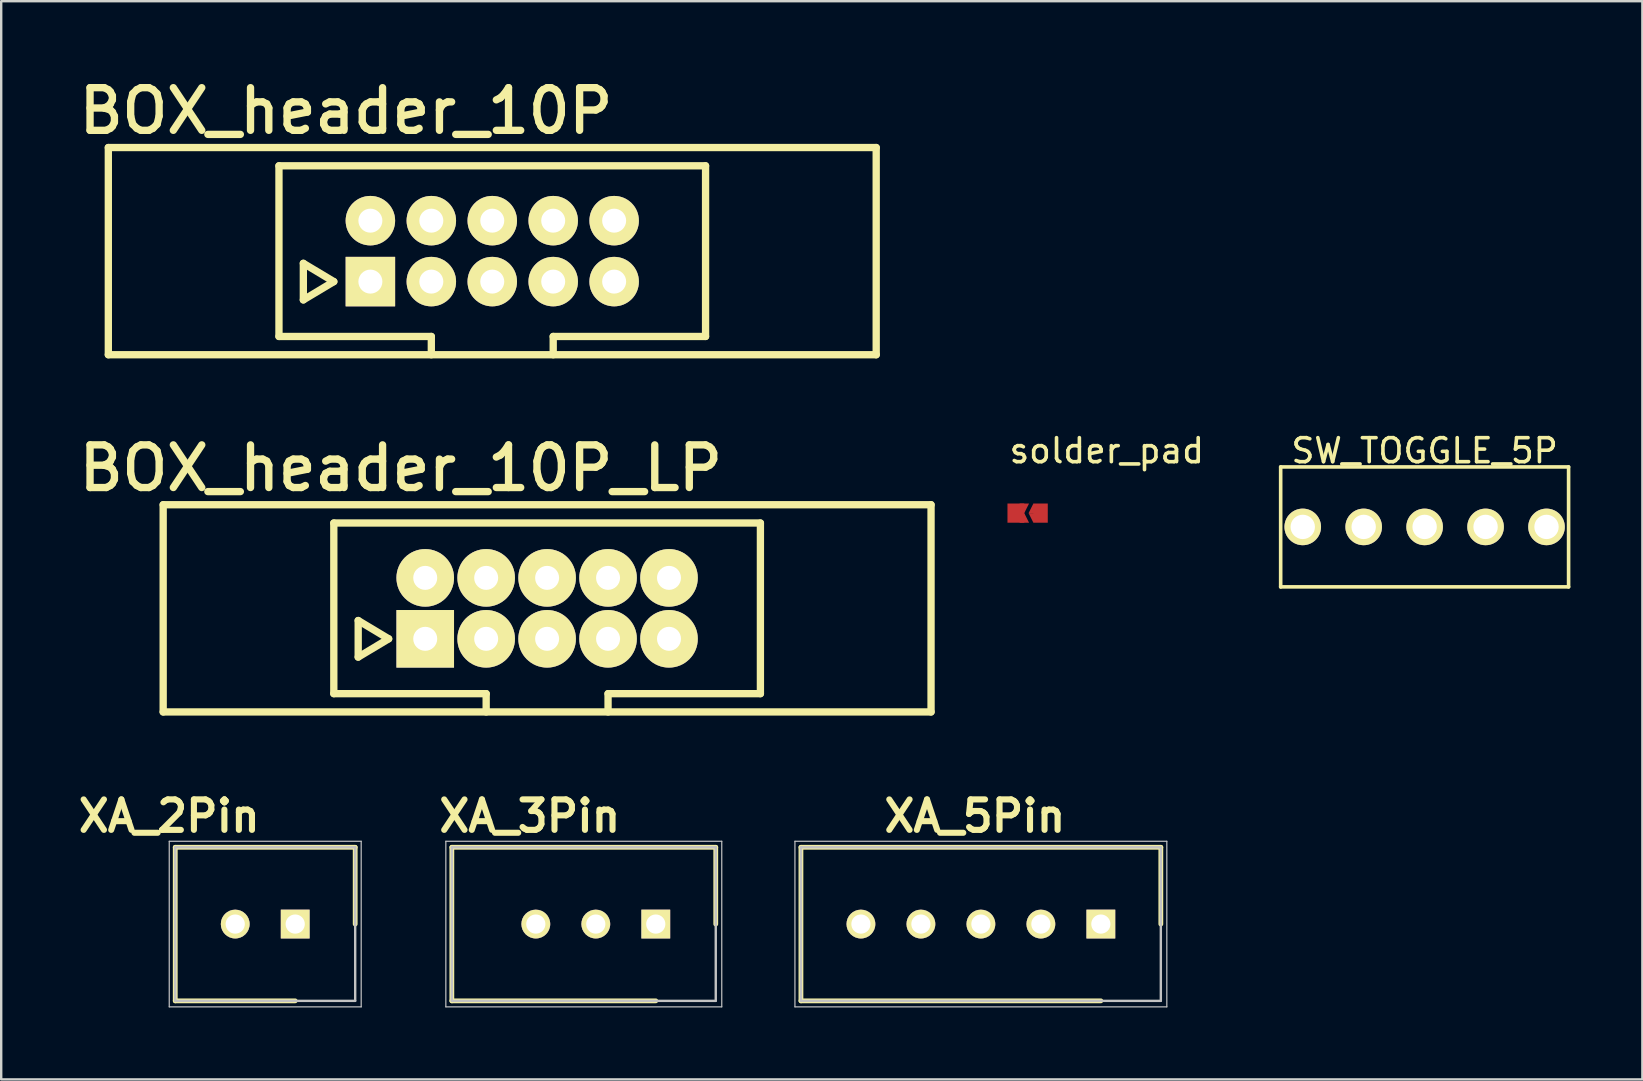
<source format=kicad_pcb>
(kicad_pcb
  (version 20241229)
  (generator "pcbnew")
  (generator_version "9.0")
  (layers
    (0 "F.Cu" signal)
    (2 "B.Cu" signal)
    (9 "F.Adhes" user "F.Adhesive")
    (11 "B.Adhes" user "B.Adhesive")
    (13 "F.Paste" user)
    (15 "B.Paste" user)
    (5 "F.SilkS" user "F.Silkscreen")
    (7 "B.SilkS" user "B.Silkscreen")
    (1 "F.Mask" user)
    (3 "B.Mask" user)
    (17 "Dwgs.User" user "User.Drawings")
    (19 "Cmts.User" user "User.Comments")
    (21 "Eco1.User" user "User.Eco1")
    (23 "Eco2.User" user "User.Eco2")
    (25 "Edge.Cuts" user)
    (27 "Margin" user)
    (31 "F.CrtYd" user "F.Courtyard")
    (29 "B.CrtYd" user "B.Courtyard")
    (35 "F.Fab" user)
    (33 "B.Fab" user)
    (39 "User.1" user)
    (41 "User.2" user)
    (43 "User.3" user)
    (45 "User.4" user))
  (footprint "XA_2Pin"
    (layer "F.Cu")
    (at 9.254 35.464)
    (property "Reference" "XA_2Pin" (at -5.25 -4.5 0) (layer "F.SilkS") (effects (font (size 1.27 1.27) (thickness 0.254))))
    (attr through_hole)
    (fp_line (start -5 -3.2) (end 2.5 -3.2) (stroke (width 0.2) (type solid)) (layer "F.SilkS"))
    (fp_line (start -5 3.2) (end -5 -3.2) (stroke (width 0.2) (type solid)) (layer "F.SilkS"))
    (fp_line (start 0 3.2) (end -5 3.2) (stroke (width 0.2) (type solid)) (layer "F.SilkS"))
    (fp_line (start 2.5 -3.2) (end 2.5 0) (stroke (width 0.2) (type solid)) (layer "F.SilkS"))
    (fp_line (start -5.25 -3.45) (end 2.75 -3.45) (stroke (width 0.05) (type solid)) (layer "Dwgs.User"))
    (fp_line (start -5.25 3.45) (end -5.25 -3.45) (stroke (width 0.05) (type solid)) (layer "Dwgs.User"))
    (fp_line (start -5 -3.2) (end 2.5 -3.2) (stroke (width 0.1) (type solid)) (layer "Dwgs.User"))
    (fp_line (start -5 3.2) (end -5 -3.2) (stroke (width 0.1) (type solid)) (layer "Dwgs.User"))
    (fp_line (start 2.5 -3.2) (end 2.5 3.2) (stroke (width 0.1) (type solid)) (layer "Dwgs.User"))
    (fp_line (start 2.5 3.2) (end -5 3.2) (stroke (width 0.1) (type solid)) (layer "Dwgs.User"))
    (fp_line (start 2.75 -3.45) (end 2.75 3.45) (stroke (width 0.05) (type solid)) (layer "Dwgs.User"))
    (fp_line (start 2.75 3.45) (end -5.25 3.45) (stroke (width 0.05) (type solid)) (layer "Dwgs.User"))
    (pad "1" thru_hole rect (at 0 0 90) (size 1.2 1.2) (drill 0.8) (layers "*.Cu" "*.Mask" "F.SilkS"))
    (pad "2" thru_hole circle (at -2.5 0 90) (size 1.2 1.2) (drill 0.8) (layers "*.Cu" "*.Mask" "F.SilkS")))
  (footprint "XA_3Pin"
    (layer "F.Cu")
    (at 24.282 35.464)
    (property "Reference" "XA_3Pin" (at -5.25 -4.5 0) (layer "F.SilkS") (effects (font (size 1.27 1.27) (thickness 0.254))))
    (attr through_hole)
    (fp_line (start -8.5 -3.2) (end 2.5 -3.2) (stroke (width 0.2) (type solid)) (layer "F.SilkS"))
    (fp_line (start -8.5 3.2) (end -8.5 -3.2) (stroke (width 0.2) (type solid)) (layer "F.SilkS"))
    (fp_line (start 0 3.2) (end -8.5 3.2) (stroke (width 0.2) (type solid)) (layer "F.SilkS"))
    (fp_line (start 2.5 -3.2) (end 2.5 0) (stroke (width 0.2) (type solid)) (layer "F.SilkS"))
    (fp_line (start -8.75 -3.45) (end 2.75 -3.45) (stroke (width 0.05) (type solid)) (layer "Dwgs.User"))
    (fp_line (start -8.75 3.45) (end -8.75 -3.45) (stroke (width 0.05) (type solid)) (layer "Dwgs.User"))
    (fp_line (start -8.5 -3.2) (end 2.5 -3.2) (stroke (width 0.1) (type solid)) (layer "Dwgs.User"))
    (fp_line (start -8.5 3.2) (end -8.5 -3.2) (stroke (width 0.1) (type solid)) (layer "Dwgs.User"))
    (fp_line (start 2.5 -3.2) (end 2.5 3.2) (stroke (width 0.1) (type solid)) (layer "Dwgs.User"))
    (fp_line (start 2.5 3.2) (end -8.5 3.2) (stroke (width 0.1) (type solid)) (layer "Dwgs.User"))
    (fp_line (start 2.75 -3.45) (end 2.75 3.45) (stroke (width 0.05) (type solid)) (layer "Dwgs.User"))
    (fp_line (start 2.75 3.45) (end -8.75 3.45) (stroke (width 0.05) (type solid)) (layer "Dwgs.User"))
    (pad "1" thru_hole rect (at 0 0 90) (size 1.2 1.2) (drill 0.8) (layers "*.Cu" "*.Mask" "F.SilkS"))
    (pad "2" thru_hole circle (at -2.5 0 90) (size 1.2 1.2) (drill 0.8) (layers "*.Cu" "*.Mask" "F.SilkS"))
    (pad "3" thru_hole circle (at -5 0 90) (size 1.2 1.2) (drill 0.8) (layers "*.Cu" "*.Mask" "F.SilkS")))
  (footprint "BOX_header_10P"
    (layer "F.Cu")
    (at 17.467 7.417)
    (property "Reference" "BOX_header_10P" (at -6.096 -5.842 0) (layer "F.SilkS") (effects (font (size 1.778 1.778) (thickness 0.305))))
    (attr through_hole)
    (fp_line (start -16.002 -4.318) (end 16.002 -4.318) (stroke (width 0.305) (type solid)) (layer "F.SilkS"))
    (fp_line (start -16.002 4.318) (end -16.002 -4.318) (stroke (width 0.305) (type solid)) (layer "F.SilkS"))
    (fp_line (start -8.89 -3.556) (end 8.89 -3.556) (stroke (width 0.305) (type solid)) (layer "F.SilkS"))
    (fp_line (start -8.89 3.556) (end -8.89 -3.556) (stroke (width 0.305) (type solid)) (layer "F.SilkS"))
    (fp_line (start -7.874 0.508) (end -7.874 2.032) (stroke (width 0.305) (type solid)) (layer "F.SilkS"))
    (fp_line (start -7.874 2.032) (end -6.604 1.27) (stroke (width 0.305) (type solid)) (layer "F.SilkS"))
    (fp_line (start -6.604 1.27) (end -7.874 0.508) (stroke (width 0.305) (type solid)) (layer "F.SilkS"))
    (fp_line (start -2.54 3.556) (end -8.89 3.556) (stroke (width 0.305) (type solid)) (layer "F.SilkS"))
    (fp_line (start -2.54 4.318) (end -2.54 3.556) (stroke (width 0.305) (type solid)) (layer "F.SilkS"))
    (fp_line (start 2.54 3.556) (end 2.54 4.318) (stroke (width 0.305) (type solid)) (layer "F.SilkS"))
    (fp_line (start 8.89 3.556) (end 2.54 3.556) (stroke (width 0.305) (type solid)) (layer "F.SilkS"))
    (fp_line (start 8.89 3.556) (end 8.89 -3.556) (stroke (width 0.305) (type solid)) (layer "F.SilkS"))
    (fp_line (start 16.002 -4.318) (end 16.002 4.318) (stroke (width 0.305) (type solid)) (layer "F.SilkS"))
    (fp_line (start 16.002 4.318) (end -16.002 4.318) (stroke (width 0.305) (type solid)) (layer "F.SilkS"))
    (pad "1" thru_hole rect (at -5.08 1.27) (size 2.062 2.062) (drill 1) (layers "*.Cu" "*.Mask" "F.SilkS"))
    (pad "2" thru_hole circle (at -5.08 -1.27) (size 2.062 2.062) (drill 1) (layers "*.Cu" "*.Mask" "F.SilkS"))
    (pad "3" thru_hole circle (at -2.54 1.27) (size 2.062 2.062) (drill 1) (layers "*.Cu" "*.Mask" "F.SilkS"))
    (pad "4" thru_hole circle (at -2.54 -1.27) (size 2.062 2.062) (drill 1) (layers "*.Cu" "*.Mask" "F.SilkS"))
    (pad "5" thru_hole circle (at 0 1.27) (size 2.062 2.062) (drill 1) (layers "*.Cu" "*.Mask" "F.SilkS"))
    (pad "6" thru_hole circle (at 0 -1.27) (size 2.062 2.062) (drill 1) (layers "*.Cu" "*.Mask" "F.SilkS"))
    (pad "7" thru_hole circle (at 2.54 1.27) (size 2.062 2.062) (drill 1) (layers "*.Cu" "*.Mask" "F.SilkS"))
    (pad "8" thru_hole circle (at 2.54 -1.27) (size 2.062 2.062) (drill 1) (layers "*.Cu" "*.Mask" "F.SilkS"))
    (pad "9" thru_hole circle (at 5.08 1.27) (size 2.062 2.062) (drill 1) (layers "*.Cu" "*.Mask" "F.SilkS"))
    (pad "10" thru_hole circle (at 5.08 -1.27) (size 2.062 2.062) (drill 1) (layers "*.Cu" "*.Mask" "F.SilkS")))
  (footprint "BOX_header_10P_LP"
    (layer "F.Cu")
    (at 19.753 22.305)
    (property "Reference" "BOX_header_10P_LP" (at -6.096 -5.842 0) (layer "F.SilkS") (effects (font (size 1.778 1.778) (thickness 0.305))))
    (attr through_hole)
    (fp_line (start -16.002 -4.318) (end 16.002 -4.318) (stroke (width 0.305) (type solid)) (layer "F.SilkS"))
    (fp_line (start -16.002 4.318) (end -16.002 -4.318) (stroke (width 0.305) (type solid)) (layer "F.SilkS"))
    (fp_line (start -8.89 -3.556) (end 8.89 -3.556) (stroke (width 0.305) (type solid)) (layer "F.SilkS"))
    (fp_line (start -8.89 3.556) (end -8.89 -3.556) (stroke (width 0.305) (type solid)) (layer "F.SilkS"))
    (fp_line (start -7.874 0.508) (end -7.874 2.032) (stroke (width 0.305) (type solid)) (layer "F.SilkS"))
    (fp_line (start -7.874 2.032) (end -6.604 1.27) (stroke (width 0.305) (type solid)) (layer "F.SilkS"))
    (fp_line (start -6.604 1.27) (end -7.874 0.508) (stroke (width 0.305) (type solid)) (layer "F.SilkS"))
    (fp_line (start -2.54 3.556) (end -8.89 3.556) (stroke (width 0.305) (type solid)) (layer "F.SilkS"))
    (fp_line (start -2.54 4.318) (end -2.54 3.556) (stroke (width 0.305) (type solid)) (layer "F.SilkS"))
    (fp_line (start 2.54 3.556) (end 2.54 4.318) (stroke (width 0.305) (type solid)) (layer "F.SilkS"))
    (fp_line (start 8.89 3.556) (end 2.54 3.556) (stroke (width 0.305) (type solid)) (layer "F.SilkS"))
    (fp_line (start 8.89 3.556) (end 8.89 -3.556) (stroke (width 0.305) (type solid)) (layer "F.SilkS"))
    (fp_line (start 16.002 -4.318) (end 16.002 4.318) (stroke (width 0.305) (type solid)) (layer "F.SilkS"))
    (fp_line (start 16.002 4.318) (end -16.002 4.318) (stroke (width 0.305) (type solid)) (layer "F.SilkS"))
    (pad "1" thru_hole rect (at -5.08 1.27) (size 2.4 2.4) (drill 1) (layers "*.Cu" "*.Mask" "F.SilkS"))
    (pad "2" thru_hole circle (at -5.08 -1.27) (size 2.4 2.4) (drill 1) (layers "*.Cu" "*.Mask" "F.SilkS"))
    (pad "3" thru_hole circle (at -2.54 1.27) (size 2.4 2.4) (drill 1) (layers "*.Cu" "*.Mask" "F.SilkS"))
    (pad "4" thru_hole circle (at -2.54 -1.27) (size 2.4 2.4) (drill 1) (layers "*.Cu" "*.Mask" "F.SilkS"))
    (pad "5" thru_hole circle (at 0 1.27) (size 2.4 2.4) (drill 1) (layers "*.Cu" "*.Mask" "F.SilkS"))
    (pad "6" thru_hole circle (at 0 -1.27) (size 2.4 2.4) (drill 1) (layers "*.Cu" "*.Mask" "F.SilkS"))
    (pad "7" thru_hole circle (at 2.54 1.27) (size 2.4 2.4) (drill 1) (layers "*.Cu" "*.Mask" "F.SilkS"))
    (pad "8" thru_hole circle (at 2.54 -1.27) (size 2.4 2.4) (drill 1) (layers "*.Cu" "*.Mask" "F.SilkS"))
    (pad "9" thru_hole circle (at 5.08 1.27) (size 2.4 2.4) (drill 1) (layers "*.Cu" "*.Mask" "F.SilkS"))
    (pad "10" thru_hole circle (at 5.08 -1.27) (size 2.4 2.4) (drill 1) (layers "*.Cu" "*.Mask" "F.SilkS")))
  (footprint "SW_TOGGLE_5P"
    (layer "F.Cu")
    (at 56.327 18.911)
    (property "Reference" "SW_TOGGLE_5P" (at 0 -3.175 0) (layer "F.SilkS") (effects (font (size 1 1) (thickness 0.15))))
    (attr through_hole)
    (fp_line (start -6 -2.5) (end 6 -2.5) (stroke (width 0.15) (type solid)) (layer "F.SilkS"))
    (fp_line (start -6 2.5) (end -6 -2.5) (stroke (width 0.15) (type solid)) (layer "F.SilkS"))
    (fp_line (start 6 -2.5) (end 6 2.5) (stroke (width 0.15) (type solid)) (layer "F.SilkS"))
    (fp_line (start 6 2.5) (end -6 2.5) (stroke (width 0.15) (type solid)) (layer "F.SilkS"))
    (pad "1" thru_hole circle (at -5.08 0) (size 1.524 1.524) (drill 1.016) (layers "*.Cu" "*.Mask" "F.SilkS"))
    (pad "2" thru_hole circle (at -2.54 0) (size 1.524 1.524) (drill 1.016) (layers "*.Cu" "*.Mask" "F.SilkS"))
    (pad "3" thru_hole circle (at 0 0) (size 1.524 1.524) (drill 1.016) (layers "*.Cu" "*.Mask" "F.SilkS"))
    (pad "4" thru_hole circle (at 2.54 0) (size 1.524 1.524) (drill 1.016) (layers "*.Cu" "*.Mask" "F.SilkS"))
    (pad "5" thru_hole circle (at 5.08 0) (size 1.524 1.524) (drill 1.016) (layers "*.Cu" "*.Mask" "F.SilkS")))
  (footprint "solder_pad"
    (layer "F.Cu")
    (at 39.78 18.336)
    (property "Reference" "solder_pad" (at 3.3 -2.6 0) (layer "F.SilkS") (effects (font (size 1 1) (thickness 0.15))))
    (attr through_hole)
    (pad "1" smd rect (at -0.49 0 180) (size 0.7 0.8) (layers "F.Cu" "F.Mask" "F.Paste"))
    (pad "1" smd trapezoid (at -0.14 -0.2) (size 0.2 0.4) (rect_delta 0 -0.2) (layers "F.Cu" "F.Mask" "F.Paste"))
    (pad "1" smd trapezoid (at -0.14 0.2 180) (size 0.2 0.4) (rect_delta 0 -0.2) (layers "F.Cu" "F.Mask" "F.Paste"))
    (pad "2" smd trapezoid (at 0.24 -0.2 180) (size 0.2 0.4) (rect_delta 0 -0.2) (layers "F.Cu" "F.Mask" "F.Paste"))
    (pad "2" smd trapezoid (at 0.24 0.2) (size 0.2 0.4) (rect_delta 0 -0.2) (layers "F.Cu" "F.Mask" "F.Paste"))
    (pad "2" smd rect (at 0.54 0) (size 0.6 0.8) (layers "F.Cu" "F.Mask" "F.Paste")))
  (footprint "XA_5Pin"
    (layer "F.Cu")
    (at 42.832 35.464)
    (property "Reference" "XA_5Pin" (at -5.25 -4.5 0) (layer "F.SilkS") (effects (font (size 1.27 1.27) (thickness 0.254))))
    (attr through_hole)
    (fp_line (start -12.5 -3.2) (end 2.5 -3.2) (stroke (width 0.2) (type solid)) (layer "F.SilkS"))
    (fp_line (start -12.5 3.2) (end -12.5 -3.2) (stroke (width 0.2) (type solid)) (layer "F.SilkS"))
    (fp_line (start 0 3.2) (end -12.5 3.2) (stroke (width 0.2) (type solid)) (layer "F.SilkS"))
    (fp_line (start 2.5 -3.2) (end 2.5 0) (stroke (width 0.2) (type solid)) (layer "F.SilkS"))
    (fp_line (start -12.75 -3.45) (end 2.75 -3.45) (stroke (width 0.05) (type solid)) (layer "Dwgs.User"))
    (fp_line (start -12.75 3.45) (end -12.75 -3.45) (stroke (width 0.05) (type solid)) (layer "Dwgs.User"))
    (fp_line (start -12.5 -3.2) (end 2.5 -3.2) (stroke (width 0.1) (type solid)) (layer "Dwgs.User"))
    (fp_line (start -12.5 3.2) (end -12.5 -3.2) (stroke (width 0.1) (type solid)) (layer "Dwgs.User"))
    (fp_line (start 2.5 -3.2) (end 2.5 3.2) (stroke (width 0.1) (type solid)) (layer "Dwgs.User"))
    (fp_line (start 2.5 3.2) (end -12.5 3.2) (stroke (width 0.1) (type solid)) (layer "Dwgs.User"))
    (fp_line (start 2.75 -3.45) (end 2.75 3.45) (stroke (width 0.05) (type solid)) (layer "Dwgs.User"))
    (fp_line (start 2.75 3.45) (end -12.75 3.45) (stroke (width 0.05) (type solid)) (layer "Dwgs.User"))
    (pad "1" thru_hole rect (at 0 0 90) (size 1.2 1.2) (drill 0.8) (layers "*.Cu" "*.Mask" "F.SilkS"))
    (pad "2" thru_hole circle (at -2.5 0 90) (size 1.2 1.2) (drill 0.8) (layers "*.Cu" "*.Mask" "F.SilkS"))
    (pad "3" thru_hole circle (at -5 0 90) (size 1.2 1.2) (drill 0.8) (layers "*.Cu" "*.Mask" "F.SilkS"))
    (pad "4" thru_hole circle (at -7.5 0 90) (size 1.2 1.2) (drill 0.8) (layers "*.Cu" "*.Mask" "F.SilkS"))
    (pad "5" thru_hole circle (at -10 0 90) (size 1.2 1.2) (drill 0.8) (layers "*.Cu" "*.Mask" "F.SilkS")))
  (gr_rect
    (start -3 -3)
    (end 65.402 41.939)
    (stroke (width 0.1) (type default))
    (fill no)
    (layer "Edge.Cuts")))
</source>
